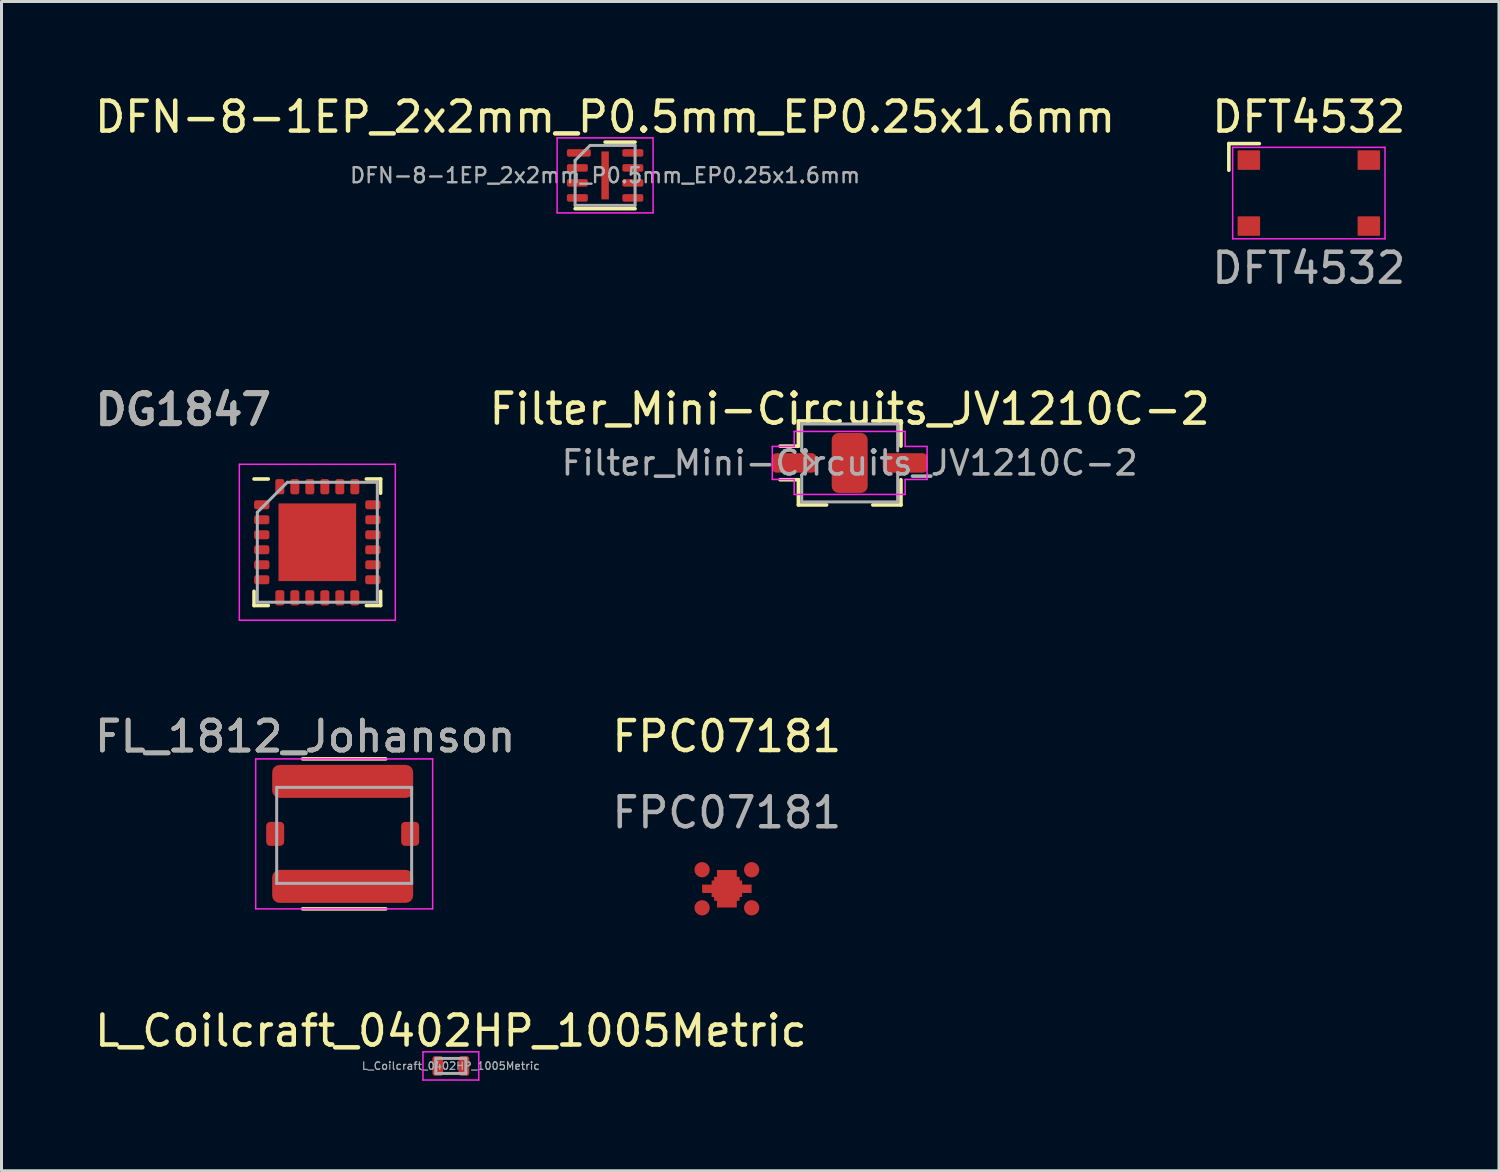
<source format=kicad_pcb>
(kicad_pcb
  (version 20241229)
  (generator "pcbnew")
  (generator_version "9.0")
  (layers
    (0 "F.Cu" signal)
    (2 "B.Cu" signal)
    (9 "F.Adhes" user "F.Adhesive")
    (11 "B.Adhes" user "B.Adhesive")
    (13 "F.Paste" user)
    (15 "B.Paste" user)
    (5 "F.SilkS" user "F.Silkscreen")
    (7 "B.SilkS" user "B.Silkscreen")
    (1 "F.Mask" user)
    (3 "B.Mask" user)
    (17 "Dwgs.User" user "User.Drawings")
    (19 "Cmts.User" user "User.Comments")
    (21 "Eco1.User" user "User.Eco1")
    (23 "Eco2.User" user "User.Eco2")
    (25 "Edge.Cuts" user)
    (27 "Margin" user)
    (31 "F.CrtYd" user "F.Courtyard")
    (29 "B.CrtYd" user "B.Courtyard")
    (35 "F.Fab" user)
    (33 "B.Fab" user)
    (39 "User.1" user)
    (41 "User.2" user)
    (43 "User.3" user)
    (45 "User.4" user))
  (footprint "DFT4532"
    (layer "F.Cu")
    (at 40.589 3.388)
    (property "Reference" "DFT4532" (at 0 -2.54 0) (unlocked yes) (layer "F.SilkS") (effects (font (size 1 1) (thickness 0.15))))
    (attr smd)
    (fp_line (start -2.667 -1.651) (end -1.651 -1.651) (stroke (width 0.12) (type default)) (layer "F.SilkS"))
    (fp_line (start -2.667 -0.762) (end -2.667 -1.651) (stroke (width 0.12) (type default)) (layer "F.SilkS"))
    (fp_line (start -2.54 -1.524) (end 2.54 -1.524) (stroke (width 0.05) (type default)) (layer "F.CrtYd"))
    (fp_line (start -2.54 1.524) (end -2.54 -1.524) (stroke (width 0.05) (type default)) (layer "F.CrtYd"))
    (fp_line (start 2.54 -1.524) (end 2.54 1.524) (stroke (width 0.05) (type default)) (layer "F.CrtYd"))
    (fp_line (start 2.54 1.524) (end -2.54 1.524) (stroke (width 0.05) (type default)) (layer "F.CrtYd"))
    (fp_text user "${REFERENCE}" (at 0 2.5 0) (unlocked yes) (layer "F.Fab") (effects (font (size 1 1) (thickness 0.15))))
    (pad "1" smd roundrect (at -2 -1.1) (size 0.75 0.65) (layers "F.Cu" "F.Mask" "F.Paste") (roundrect_rratio 0.05))
    (pad "2" smd roundrect (at -2 1.1) (size 0.75 0.65) (layers "F.Cu" "F.Mask" "F.Paste") (roundrect_rratio 0.05))
    (pad "3" smd roundrect (at 2 1.1) (size 0.75 0.65) (layers "F.Cu" "F.Mask" "F.Paste") (roundrect_rratio 0.05))
    (pad "4" smd roundrect (at 2 -1.1) (size 0.75 0.65) (layers "F.Cu" "F.Mask" "F.Paste") (roundrect_rratio 0.05)))
  (footprint "L_Coilcraft_0402HP_1005Metric"
    (layer "F.Cu")
    (at 11.982 32.49)
    (property "Reference" "L_Coilcraft_0402HP_1005Metric" (at 0 -1.17 0) (layer "F.SilkS") (effects (font (size 1 1) (thickness 0.15))))
    (attr smd)
    (fp_line (start -0.93 -0.47) (end 0.93 -0.47) (stroke (width 0.05) (type solid)) (layer "F.CrtYd"))
    (fp_line (start -0.93 0.47) (end -0.93 -0.47) (stroke (width 0.05) (type solid)) (layer "F.CrtYd"))
    (fp_line (start 0.93 -0.47) (end 0.93 0.47) (stroke (width 0.05) (type solid)) (layer "F.CrtYd"))
    (fp_line (start 0.93 0.47) (end -0.93 0.47) (stroke (width 0.05) (type solid)) (layer "F.CrtYd"))
    (fp_line (start -0.5 -0.25) (end 0.5 -0.25) (stroke (width 0.1) (type solid)) (layer "F.Fab"))
    (fp_line (start -0.5 0.25) (end -0.5 -0.25) (stroke (width 0.1) (type solid)) (layer "F.Fab"))
    (fp_line (start 0.5 -0.25) (end 0.5 0.25) (stroke (width 0.1) (type solid)) (layer "F.Fab"))
    (fp_line (start 0.5 0.25) (end -0.5 0.25) (stroke (width 0.1) (type solid)) (layer "F.Fab"))
    (fp_text user "${REFERENCE}" (at 0 0 0) (layer "F.Fab") (effects (font (size 0.25 0.25) (thickness 0.04))))
    (pad "1" smd roundrect (at -0.435 0) (size 0.36 0.66) (layers "F.Cu" "F.Mask" "F.Paste") (roundrect_rratio 0.25))
    (pad "2" smd roundrect (at 0.435 0) (size 0.36 0.66) (layers "F.Cu" "F.Mask" "F.Paste") (roundrect_rratio 0.25)))
  (footprint "DG1847"
    (layer "F.Cu")
    (at 7.53 15.03)
    (property "Reference" "DG1847" (at -4.445 -4.445 0) (unlocked yes) (layer "F.SilkS") (effects (font (size 1 1) (thickness 0.15))))
    (fp_line (start -2.11 2.11) (end -2.11 1.635) (stroke (width 0.12) (type solid)) (layer "F.SilkS"))
    (fp_line (start -1.635 -2.11) (end -2.11 -2.11) (stroke (width 0.12) (type solid)) (layer "F.SilkS"))
    (fp_line (start -1.635 2.11) (end -2.11 2.11) (stroke (width 0.12) (type solid)) (layer "F.SilkS"))
    (fp_line (start 1.635 -2.11) (end 2.11 -2.11) (stroke (width 0.12) (type solid)) (layer "F.SilkS"))
    (fp_line (start 1.635 2.11) (end 2.11 2.11) (stroke (width 0.12) (type solid)) (layer "F.SilkS"))
    (fp_line (start 2.11 -2.11) (end 2.11 -1.635) (stroke (width 0.12) (type solid)) (layer "F.SilkS"))
    (fp_line (start 2.11 2.11) (end 2.11 1.635) (stroke (width 0.12) (type solid)) (layer "F.SilkS"))
    (fp_line (start -2.6 -2.6) (end -2.6 2.6) (stroke (width 0.05) (type solid)) (layer "F.CrtYd"))
    (fp_line (start -2.6 2.6) (end 2.6 2.6) (stroke (width 0.05) (type solid)) (layer "F.CrtYd"))
    (fp_line (start 2.6 -2.6) (end -2.6 -2.6) (stroke (width 0.05) (type solid)) (layer "F.CrtYd"))
    (fp_line (start 2.6 2.6) (end 2.6 -2.6) (stroke (width 0.05) (type solid)) (layer "F.CrtYd"))
    (fp_line (start -2 -1) (end -1 -2) (stroke (width 0.1) (type solid)) (layer "F.Fab"))
    (fp_line (start -2 2) (end -2 -1) (stroke (width 0.1) (type solid)) (layer "F.Fab"))
    (fp_line (start -1 -2) (end 2 -2) (stroke (width 0.1) (type solid)) (layer "F.Fab"))
    (fp_line (start 2 -2) (end 2 2) (stroke (width 0.1) (type solid)) (layer "F.Fab"))
    (fp_line (start 2 2) (end -2 2) (stroke (width 0.1) (type solid)) (layer "F.Fab"))
    (fp_text user "${REFERENCE}" (at -4.445 -4.445 0) (unlocked yes) (layer "F.Fab") (effects (font (size 1 1) (thickness 0.15))))
    (fp_text user "${REFERENCE}" (at -4.5 -4.4 0) (layer "F.Fab") (effects (font (size 1 1) (thickness 0.15))))
    (pad "" smd roundrect (at -0.65 -0.65) (size 1.05 1.05) (layers "F.Paste") (roundrect_rratio 0.238))
    (pad "" smd roundrect (at -0.65 0.65) (size 1.05 1.05) (layers "F.Paste") (roundrect_rratio 0.238))
    (pad "" smd roundrect (at 0.65 -0.65) (size 1.05 1.05) (layers "F.Paste") (roundrect_rratio 0.238))
    (pad "" smd roundrect (at 0.65 0.65) (size 1.05 1.05) (layers "F.Paste") (roundrect_rratio 0.238))
    (pad "1" smd roundrect (at -1.853 -1.25) (size 0.51 0.3) (layers "F.Cu" "F.Mask" "F.Paste") (roundrect_rratio 0.25))
    (pad "2" smd roundrect (at -1.853 -0.75) (size 0.51 0.3) (layers "F.Cu" "F.Mask" "F.Paste") (roundrect_rratio 0.25))
    (pad "3" smd roundrect (at -1.853 -0.25) (size 0.51 0.3) (layers "F.Cu" "F.Mask" "F.Paste") (roundrect_rratio 0.25))
    (pad "4" smd roundrect (at -1.853 0.25) (size 0.51 0.3) (layers "F.Cu" "F.Mask" "F.Paste") (roundrect_rratio 0.25))
    (pad "5" smd roundrect (at -1.853 0.75) (size 0.51 0.3) (layers "F.Cu" "F.Mask" "F.Paste") (roundrect_rratio 0.25))
    (pad "6" smd roundrect (at -1.853 1.25) (size 0.51 0.3) (layers "F.Cu" "F.Mask" "F.Paste") (roundrect_rratio 0.25))
    (pad "7" smd roundrect (at -1.25 1.853 90) (size 0.51 0.3) (layers "F.Cu" "F.Mask" "F.Paste") (roundrect_rratio 0.25))
    (pad "8" smd roundrect (at -0.75 1.853 90) (size 0.51 0.3) (layers "F.Cu" "F.Mask" "F.Paste") (roundrect_rratio 0.25))
    (pad "9" smd roundrect (at -0.25 1.853 90) (size 0.51 0.3) (layers "F.Cu" "F.Mask" "F.Paste") (roundrect_rratio 0.25))
    (pad "10" smd roundrect (at 0.25 1.853 90) (size 0.51 0.3) (layers "F.Cu" "F.Mask" "F.Paste") (roundrect_rratio 0.25))
    (pad "11" smd roundrect (at 0.75 1.853 90) (size 0.51 0.3) (layers "F.Cu" "F.Mask" "F.Paste") (roundrect_rratio 0.25))
    (pad "12" smd roundrect (at 1.25 1.853 90) (size 0.51 0.3) (layers "F.Cu" "F.Mask" "F.Paste") (roundrect_rratio 0.25))
    (pad "13" smd roundrect (at 1.853 1.25) (size 0.51 0.3) (layers "F.Cu" "F.Mask" "F.Paste") (roundrect_rratio 0.25))
    (pad "14" smd roundrect (at 1.853 0.75) (size 0.51 0.3) (layers "F.Cu" "F.Mask" "F.Paste") (roundrect_rratio 0.25))
    (pad "15" smd roundrect (at 1.853 0.25) (size 0.51 0.3) (layers "F.Cu" "F.Mask" "F.Paste") (roundrect_rratio 0.25))
    (pad "16" smd roundrect (at 1.853 -0.25) (size 0.51 0.3) (layers "F.Cu" "F.Mask" "F.Paste") (roundrect_rratio 0.25))
    (pad "17" smd roundrect (at 1.853 -0.75) (size 0.51 0.3) (layers "F.Cu" "F.Mask" "F.Paste") (roundrect_rratio 0.25))
    (pad "18" smd roundrect (at 1.853 -1.25) (size 0.51 0.3) (layers "F.Cu" "F.Mask" "F.Paste") (roundrect_rratio 0.25))
    (pad "19" smd roundrect (at 1.25 -1.853 90) (size 0.51 0.3) (layers "F.Cu" "F.Mask" "F.Paste") (roundrect_rratio 0.25))
    (pad "20" smd roundrect (at 0.75 -1.853 90) (size 0.51 0.3) (layers "F.Cu" "F.Mask" "F.Paste") (roundrect_rratio 0.25))
    (pad "21" smd roundrect (at 0.25 -1.853 90) (size 0.51 0.3) (layers "F.Cu" "F.Mask" "F.Paste") (roundrect_rratio 0.25))
    (pad "22" smd roundrect (at -0.25 -1.853 90) (size 0.51 0.3) (layers "F.Cu" "F.Mask" "F.Paste") (roundrect_rratio 0.25))
    (pad "23" smd roundrect (at -0.75 -1.853 90) (size 0.51 0.3) (layers "F.Cu" "F.Mask" "F.Paste") (roundrect_rratio 0.25))
    (pad "24" smd roundrect (at -1.25 -1.853 90) (size 0.51 0.3) (layers "F.Cu" "F.Mask" "F.Paste") (roundrect_rratio 0.25))
    (pad "25" smd rect (at 0 0) (size 2.59 2.59) (layers "F.Cu" "F.Mask")))
  (footprint "FL_1812_Johanson"
    (layer "F.Cu")
    (at 8.375 24.753)
    (property "Reference" "FL_1812_Johanson" (at -1.25 -3.25 0) (unlocked yes) (layer "F.SilkS") (effects (font (size 1 1) (thickness 0.15))))
    (fp_line (start -1.336 -2.5) (end 1.436 -2.5) (stroke (width 0.12) (type solid)) (layer "F.SilkS"))
    (fp_line (start -1.336 2.5) (end 1.436 2.5) (stroke (width 0.12) (type solid)) (layer "F.SilkS"))
    (fp_line (start -2.9 -2.5) (end 3 -2.5) (stroke (width 0.05) (type solid)) (layer "F.CrtYd"))
    (fp_line (start -2.9 2.5) (end -2.9 -2.5) (stroke (width 0.05) (type solid)) (layer "F.CrtYd"))
    (fp_line (start 3 -2.5) (end 3 2.5) (stroke (width 0.05) (type solid)) (layer "F.CrtYd"))
    (fp_line (start 3 2.5) (end -2.9 2.5) (stroke (width 0.05) (type solid)) (layer "F.CrtYd"))
    (fp_line (start -2.2 -1.55) (end 2.3 -1.55) (stroke (width 0.1) (type solid)) (layer "F.Fab"))
    (fp_line (start -2.2 1.65) (end -2.2 -1.55) (stroke (width 0.1) (type solid)) (layer "F.Fab"))
    (fp_line (start 2.3 -1.55) (end 2.3 1.65) (stroke (width 0.1) (type solid)) (layer "F.Fab"))
    (fp_line (start 2.3 1.65) (end -2.2 1.65) (stroke (width 0.1) (type solid)) (layer "F.Fab"))
    (fp_text user "${REFERENCE}" (at -1.25 -3.25 0) (unlocked yes) (layer "F.Fab") (effects (font (size 1 1) (thickness 0.15))))
    (fp_text user "${REFERENCE}" (at -1.25 -3.25 0) (layer "F.Fab") (effects (font (size 1 1) (thickness 0.15))))
    (pad "1" smd roundrect (at -2.25 0) (size 0.6 0.8) (layers "F.Cu" "F.Mask" "F.Paste") (roundrect_rratio 0.222))
    (pad "2" smd roundrect (at 2.25 0) (size 0.6 0.8) (layers "F.Cu" "F.Mask" "F.Paste") (roundrect_rratio 0.222))
    (pad "3" smd roundrect (at 0 -1.75 90) (size 1.1 4.7) (layers "F.Cu" "F.Mask" "F.Paste") (roundrect_rratio 0.222))
    (pad "3" smd roundrect (at 0 1.75 90) (size 1.1 4.7) (layers "F.Cu" "F.Mask" "F.Paste") (roundrect_rratio 0.222)))
  (footprint "FPC07181"
    (layer "F.Cu")
    (at 21.185 26.583)
    (property "Reference" "FPC07181" (at 0 -5.08 0) (unlocked yes) (layer "F.SilkS") (effects (font (size 1 1) (thickness 0.15))))
    (fp_text user "${REFERENCE}" (at 0 -2.54 0) (unlocked yes) (layer "F.Fab") (effects (font (size 1 1) (thickness 0.15))))
    (pad "1" smd circle (at -0.826 -0.635) (size 0.508 0.508) (layers "F.Cu" "F.Mask" "F.Paste"))
    (pad "2" smd circle (at 0.826 -0.635) (size 0.508 0.508) (layers "F.Cu" "F.Mask" "F.Paste"))
    (pad "3" smd circle (at -0.826 0.635) (size 0.508 0.508) (layers "F.Cu" "F.Mask" "F.Paste"))
    (pad "4" smd circle (at 0.826 0.635) (size 0.508 0.508) (layers "F.Cu" "F.Mask" "F.Paste"))
    (pad "5" smd rect (at 0 0) (size 0.66 1.25) (layers "F.Cu" "F.Mask" "F.Paste"))
    (pad "5" smd rect (at 0 0) (size 0.85 0.8) (layers "F.Cu" "F.Mask" "F.Paste"))
    (pad "5" smd rect (at 0 0) (size 1.016 0.55) (layers "F.Cu" "F.Mask" "F.Paste"))
    (pad "5" smd rect (at 0 0) (size 1.65 0.279) (layers "F.Cu" "F.Mask" "F.Paste")))
  (footprint "Filter_Mini-Circuits_JV1210C-2"
    (layer "F.Cu")
    (at 25.28 12.385)
    (property "Reference" "Filter_Mini-Circuits_JV1210C-2" (at 0 -1.8 0) (layer "F.SilkS") (effects (font (size 1 1) (thickness 0.15))))
    (attr smd)
    (fp_line (start -1.71 -1.4) (end -1.71 -0.56) (stroke (width 0.12) (type solid)) (layer "F.SilkS"))
    (fp_line (start -1.71 -0.56) (end -2.32 -0.56) (stroke (width 0.12) (type solid)) (layer "F.SilkS"))
    (fp_line (start -1.71 0.56) (end -2.32 0.56) (stroke (width 0.12) (type solid)) (layer "F.SilkS"))
    (fp_line (start -1.71 0.56) (end -1.71 1.4) (stroke (width 0.12) (type solid)) (layer "F.SilkS"))
    (fp_line (start -0.77 -1.4) (end -1.71 -1.4) (stroke (width 0.12) (type solid)) (layer "F.SilkS"))
    (fp_line (start -0.77 1.4) (end -1.71 1.4) (stroke (width 0.12) (type solid)) (layer "F.SilkS"))
    (fp_line (start 1.71 -1.4) (end 0.77 -1.4) (stroke (width 0.12) (type solid)) (layer "F.SilkS"))
    (fp_line (start 1.71 -1.4) (end 1.71 -0.56) (stroke (width 0.12) (type solid)) (layer "F.SilkS"))
    (fp_line (start 1.71 0.56) (end 1.71 1.4) (stroke (width 0.12) (type solid)) (layer "F.SilkS"))
    (fp_line (start 1.71 1.4) (end 0.77 1.4) (stroke (width 0.12) (type solid)) (layer "F.SilkS"))
    (fp_line (start -2.58 -0.55) (end -1.85 -0.55) (stroke (width 0.05) (type solid)) (layer "F.CrtYd"))
    (fp_line (start -2.58 0.55) (end -2.58 -0.55) (stroke (width 0.05) (type solid)) (layer "F.CrtYd"))
    (fp_line (start -2.58 0.55) (end -1.85 0.55) (stroke (width 0.05) (type solid)) (layer "F.CrtYd"))
    (fp_line (start -1.85 -1.05) (end -1.85 -0.55) (stroke (width 0.05) (type solid)) (layer "F.CrtYd"))
    (fp_line (start -1.85 -1.05) (end 1.85 -1.05) (stroke (width 0.05) (type solid)) (layer "F.CrtYd"))
    (fp_line (start -1.85 0.55) (end -1.85 1.05) (stroke (width 0.05) (type solid)) (layer "F.CrtYd"))
    (fp_line (start -1.85 1.05) (end 1.85 1.05) (stroke (width 0.05) (type solid)) (layer "F.CrtYd"))
    (fp_line (start 1.85 -1.05) (end 1.85 -0.55) (stroke (width 0.05) (type solid)) (layer "F.CrtYd"))
    (fp_line (start 1.85 -0.55) (end 2.58 -0.55) (stroke (width 0.05) (type solid)) (layer "F.CrtYd"))
    (fp_line (start 1.85 0.55) (end 1.85 1.05) (stroke (width 0.05) (type solid)) (layer "F.CrtYd"))
    (fp_line (start 1.85 0.55) (end 2.58 0.55) (stroke (width 0.05) (type solid)) (layer "F.CrtYd"))
    (fp_line (start 2.58 0.55) (end 2.58 -0.55) (stroke (width 0.05) (type solid)) (layer "F.CrtYd"))
    (fp_line (start -1.6 -1.3) (end -1.6 -0.4) (stroke (width 0.1) (type solid)) (layer "F.Fab"))
    (fp_line (start -1.6 0.4) (end -1.6 1.3) (stroke (width 0.1) (type solid)) (layer "F.Fab"))
    (fp_line (start -1.6 0.4) (end -1.2 0) (stroke (width 0.1) (type solid)) (layer "F.Fab"))
    (fp_line (start -1.6 1.3) (end 1.6 1.3) (stroke (width 0.1) (type solid)) (layer "F.Fab"))
    (fp_line (start -1.2 0) (end -1.6 -0.4) (stroke (width 0.1) (type solid)) (layer "F.Fab"))
    (fp_line (start 1.6 -1.3) (end -1.6 -1.3) (stroke (width 0.1) (type solid)) (layer "F.Fab"))
    (fp_line (start 1.6 -0.4) (end 1.6 -1.3) (stroke (width 0.1) (type solid)) (layer "F.Fab"))
    (fp_line (start 1.6 1.3) (end 1.6 0.4) (stroke (width 0.1) (type solid)) (layer "F.Fab"))
    (fp_text user "${REFERENCE}" (at 0 0 0) (layer "F.Fab") (effects (font (size 0.8 0.8) (thickness 0.12))))
    (pad "1" smd roundrect (at -1.85 0) (size 1.5 0.65) (layers "F.Cu" "F.Mask" "F.Paste") (roundrect_rratio 0.25))
    (pad "2" smd roundrect (at 1.85 0) (size 1.5 0.65) (layers "F.Cu" "F.Mask" "F.Paste") (roundrect_rratio 0.25))
    (pad "3" smd roundrect (at 0 0) (size 1.2 2) (layers "F.Cu" "F.Mask" "F.Paste") (roundrect_rratio 0.19)))
  (footprint "DFN-8-1EP_2x2mm_P0.5mm_EP0.25x1.6mm"
    (layer "F.Cu")
    (at 17.125 2.798)
    (property "Reference" "DFN-8-1EP_2x2mm_P0.5mm_EP0.25x1.6mm" (at 0 -1.95 0) (layer "F.SilkS") (effects (font (size 1 1) (thickness 0.15))))
    (attr smd)
    (fp_line (start -1 1.11) (end 1 1.11) (stroke (width 0.12) (type solid)) (layer "F.SilkS"))
    (fp_line (start 0 -1.11) (end 1 -1.11) (stroke (width 0.12) (type solid)) (layer "F.SilkS"))
    (fp_line (start -1.6 -1.25) (end -1.6 1.25) (stroke (width 0.05) (type solid)) (layer "F.CrtYd"))
    (fp_line (start -1.6 1.25) (end 1.6 1.25) (stroke (width 0.05) (type solid)) (layer "F.CrtYd"))
    (fp_line (start 1.6 -1.25) (end -1.6 -1.25) (stroke (width 0.05) (type solid)) (layer "F.CrtYd"))
    (fp_line (start 1.6 1.25) (end 1.6 -1.25) (stroke (width 0.05) (type solid)) (layer "F.CrtYd"))
    (fp_line (start -1 -0.5) (end -0.5 -1) (stroke (width 0.1) (type solid)) (layer "F.Fab"))
    (fp_line (start -1 1) (end -1 -0.5) (stroke (width 0.1) (type solid)) (layer "F.Fab"))
    (fp_line (start -0.5 -1) (end 1 -1) (stroke (width 0.1) (type solid)) (layer "F.Fab"))
    (fp_line (start 1 -1) (end 1 1) (stroke (width 0.1) (type solid)) (layer "F.Fab"))
    (fp_line (start 1 1) (end -1 1) (stroke (width 0.1) (type solid)) (layer "F.Fab"))
    (fp_text user "${REFERENCE}" (at 0 0 0) (layer "F.Fab") (effects (font (size 0.5 0.5) (thickness 0.08))))
    (pad "1" smd roundrect (at -0.875 -0.75) (size 0.8 0.25) (layers "F.Cu" "F.Mask" "F.Paste") (roundrect_rratio 0.25))
    (pad "2" smd roundrect (at -0.925 -0.25) (size 0.7 0.25) (layers "F.Cu" "F.Mask" "F.Paste") (roundrect_rratio 0.25))
    (pad "3" smd roundrect (at -0.925 0.25) (size 0.7 0.25) (layers "F.Cu" "F.Mask" "F.Paste") (roundrect_rratio 0.25))
    (pad "4" smd roundrect (at -0.925 0.75) (size 0.7 0.25) (layers "F.Cu" "F.Mask" "F.Paste") (roundrect_rratio 0.25))
    (pad "5" smd roundrect (at 0.925 0.75) (size 0.7 0.25) (layers "F.Cu" "F.Mask" "F.Paste") (roundrect_rratio 0.25))
    (pad "6" smd roundrect (at 0.925 0.25) (size 0.7 0.25) (layers "F.Cu" "F.Mask" "F.Paste") (roundrect_rratio 0.25))
    (pad "7" smd roundrect (at 0.925 -0.25) (size 0.7 0.25) (layers "F.Cu" "F.Mask" "F.Paste") (roundrect_rratio 0.25))
    (pad "8" smd roundrect (at 0.925 -0.75) (size 0.7 0.25) (layers "F.Cu" "F.Mask" "F.Paste") (roundrect_rratio 0.25))
    (pad "9" smd rect (at 0 0) (size 0.25 1.6) (layers "F.Cu" "F.Mask" "F.Paste")))
  (gr_rect
    (start -3 -3)
    (end 46.929 35.985)
    (stroke (width 0.1) (type default))
    (fill no)
    (layer "Edge.Cuts")))
</source>
